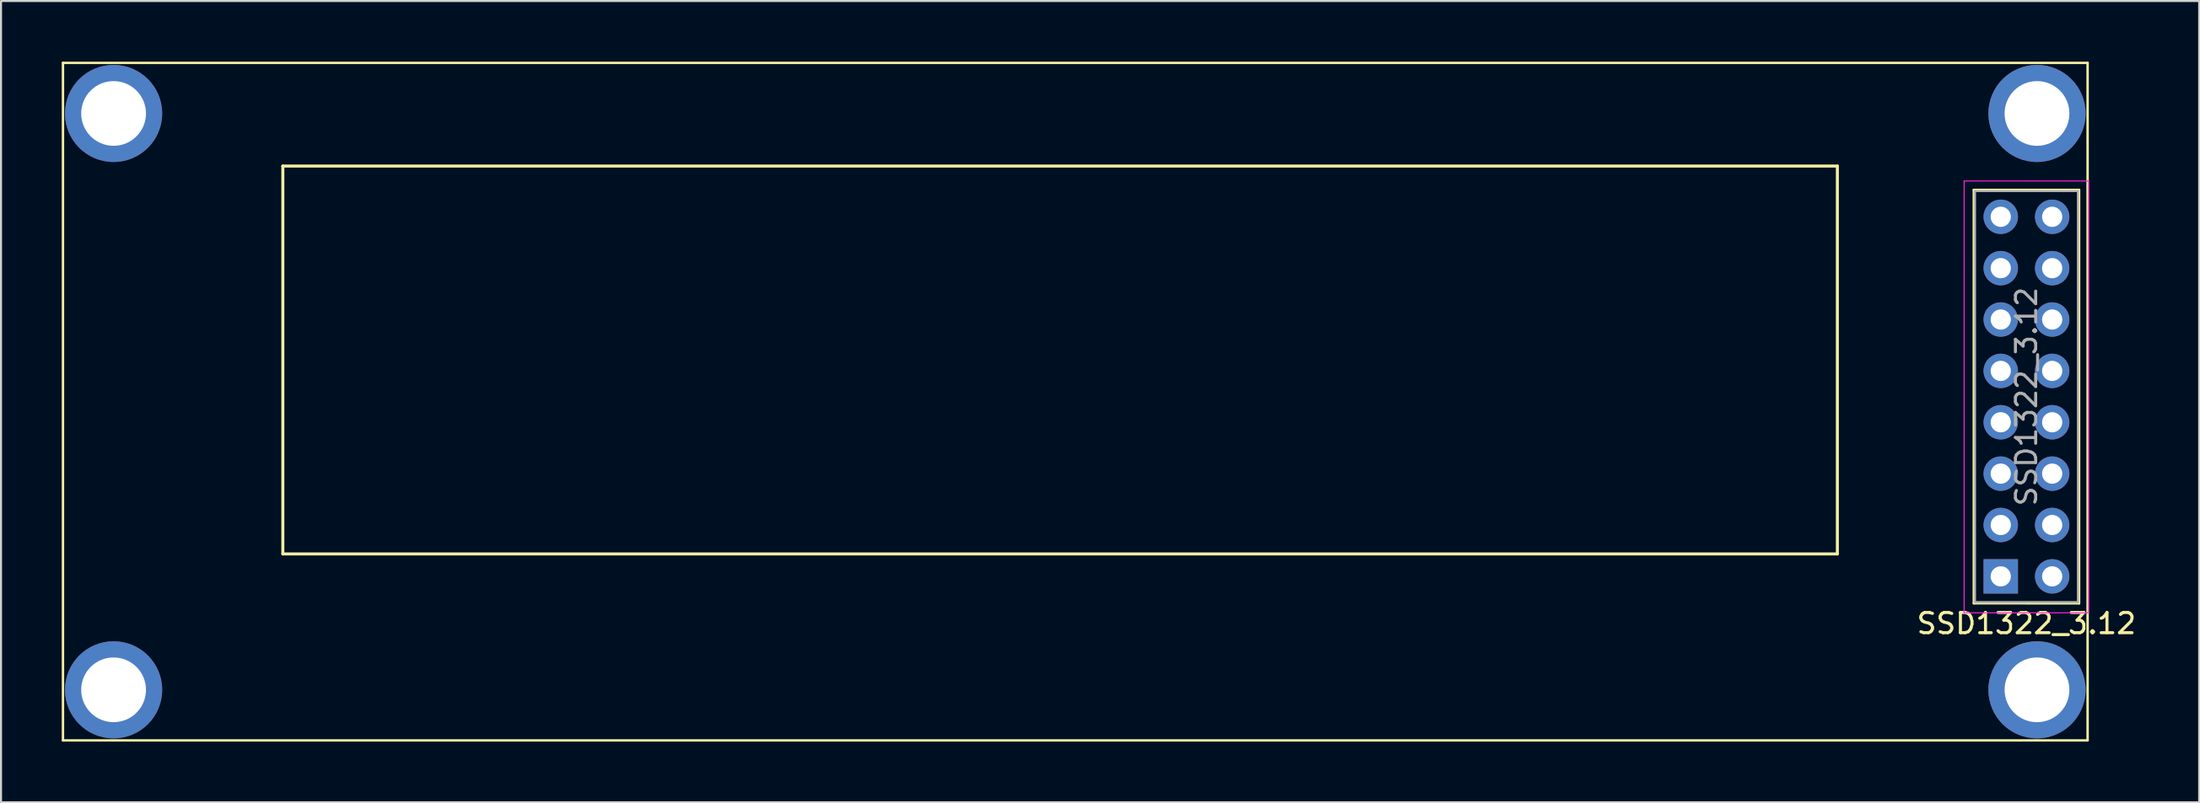
<source format=kicad_pcb>
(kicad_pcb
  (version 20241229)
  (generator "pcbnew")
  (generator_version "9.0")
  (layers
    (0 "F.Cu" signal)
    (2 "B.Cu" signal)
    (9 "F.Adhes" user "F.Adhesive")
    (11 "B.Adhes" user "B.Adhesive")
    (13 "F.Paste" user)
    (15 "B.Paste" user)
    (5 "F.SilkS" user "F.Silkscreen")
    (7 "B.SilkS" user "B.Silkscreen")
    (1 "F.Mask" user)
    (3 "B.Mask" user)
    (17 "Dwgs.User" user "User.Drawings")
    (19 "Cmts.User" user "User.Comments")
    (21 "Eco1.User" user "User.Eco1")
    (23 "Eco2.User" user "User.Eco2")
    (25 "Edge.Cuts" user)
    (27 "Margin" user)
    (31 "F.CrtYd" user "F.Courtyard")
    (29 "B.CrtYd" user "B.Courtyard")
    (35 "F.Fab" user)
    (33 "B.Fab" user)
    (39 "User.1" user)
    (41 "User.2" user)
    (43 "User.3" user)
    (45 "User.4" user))
  (footprint "SSD1322_3.12"
    (layer "F.Cu")
    (at 47.96 17.56)
    (property "Reference" "SSD1322_3.12" (at 49.08 10.22 180) (layer "F.SilkS") (effects (font (size 1 1) (thickness 0.15))))
    (attr through_hole)
    (fp_line (start -47.9 -17.5) (end -47.9 16) (stroke (width 0.12) (type solid)) (layer "F.SilkS"))
    (fp_line (start -47.9 16) (end 52.1 16) (stroke (width 0.12) (type solid)) (layer "F.SilkS"))
    (fp_line (start -37.04 -12.4) (end -37.04 6.78) (stroke (width 0.15) (type solid)) (layer "F.SilkS"))
    (fp_line (start -37.04 6.78) (end 39.74 6.78) (stroke (width 0.15) (type solid)) (layer "F.SilkS"))
    (fp_line (start 39.74 -12.4) (end -37.04 -12.4) (stroke (width 0.15) (type solid)) (layer "F.SilkS"))
    (fp_line (start 39.74 6.78) (end 39.74 -12.4) (stroke (width 0.15) (type solid)) (layer "F.SilkS"))
    (fp_line (start 46.48 9.22) (end 46.48 -11.22) (stroke (width 0.12) (type solid)) (layer "F.SilkS"))
    (fp_line (start 51.68 -11.22) (end 46.48 -11.22) (stroke (width 0.12) (type solid)) (layer "F.SilkS"))
    (fp_line (start 51.68 9.223) (end 46.48 9.22) (stroke (width 0.12) (type solid)) (layer "F.SilkS"))
    (fp_line (start 51.68 9.223) (end 51.68 -11.22) (stroke (width 0.12) (type solid)) (layer "F.SilkS"))
    (fp_line (start 52.1 -17.5) (end -47.9 -17.5) (stroke (width 0.12) (type solid)) (layer "F.SilkS"))
    (fp_line (start 52.1 16) (end 52.1 -17.5) (stroke (width 0.12) (type solid)) (layer "F.SilkS"))
    (fp_line (start 46 -11.66) (end 46 9.69) (stroke (width 0.05) (type solid)) (layer "F.CrtYd"))
    (fp_line (start 46 9.69) (end 52.15 9.69) (stroke (width 0.05) (type solid)) (layer "F.CrtYd"))
    (fp_line (start 52.15 -11.66) (end 46 -11.66) (stroke (width 0.05) (type solid)) (layer "F.CrtYd"))
    (fp_line (start 52.15 9.69) (end 52.15 -11.66) (stroke (width 0.05) (type solid)) (layer "F.CrtYd"))
    (fp_line (start 46.54 -11.16) (end 51.62 -11.16) (stroke (width 0.1) (type solid)) (layer "F.Fab"))
    (fp_line (start 46.54 9.16) (end 46.54 -11.16) (stroke (width 0.1) (type solid)) (layer "F.Fab"))
    (fp_line (start 51.62 -11.16) (end 51.62 9.16) (stroke (width 0.1) (type solid)) (layer "F.Fab"))
    (fp_line (start 51.62 9.16) (end 46.54 9.16) (stroke (width 0.1) (type solid)) (layer "F.Fab"))
    (fp_text user "${REFERENCE}" (at 49.08 -1 270) (layer "F.Fab") (effects (font (size 1 1) (thickness 0.15))))
    (pad "" thru_hole circle (at -45.4 -15) (size 4.8 4.8) (drill 3.2) (layers "*.Cu" "*.Mask"))
    (pad "" thru_hole circle (at -45.4 13.5) (size 4.8 4.8) (drill 3.2) (layers "*.Cu" "*.Mask"))
    (pad "" thru_hole circle (at 49.6 -15) (size 4.8 4.8) (drill 3.2) (layers "*.Cu" "*.Mask"))
    (pad "" thru_hole circle (at 49.6 13.5) (size 4.8 4.8) (drill 3.2) (layers "*.Cu" "*.Mask"))
    (pad "1" thru_hole rect (at 47.81 7.89 180) (size 1.7 1.7) (drill 1) (layers "*.Cu" "*.Mask"))
    (pad "2" thru_hole oval (at 50.35 7.89 180) (size 1.7 1.7) (drill 1) (layers "*.Cu" "*.Mask"))
    (pad "3" thru_hole oval (at 47.81 5.35 180) (size 1.7 1.7) (drill 1) (layers "*.Cu" "*.Mask"))
    (pad "4" thru_hole oval (at 50.35 5.35 180) (size 1.7 1.7) (drill 1) (layers "*.Cu" "*.Mask"))
    (pad "5" thru_hole oval (at 47.81 2.81 180) (size 1.7 1.7) (drill 1) (layers "*.Cu" "*.Mask"))
    (pad "6" thru_hole oval (at 50.35 2.81 180) (size 1.7 1.7) (drill 1) (layers "*.Cu" "*.Mask"))
    (pad "7" thru_hole oval (at 47.81 0.27 180) (size 1.7 1.7) (drill 1) (layers "*.Cu" "*.Mask"))
    (pad "8" thru_hole oval (at 50.35 0.27 180) (size 1.7 1.7) (drill 1) (layers "*.Cu" "*.Mask"))
    (pad "9" thru_hole oval (at 47.81 -2.27 180) (size 1.7 1.7) (drill 1) (layers "*.Cu" "*.Mask"))
    (pad "10" thru_hole oval (at 50.35 -2.27 180) (size 1.7 1.7) (drill 1) (layers "*.Cu" "*.Mask"))
    (pad "11" thru_hole oval (at 47.81 -4.81 180) (size 1.7 1.7) (drill 1) (layers "*.Cu" "*.Mask"))
    (pad "12" thru_hole oval (at 50.35 -4.81 180) (size 1.7 1.7) (drill 1) (layers "*.Cu" "*.Mask"))
    (pad "13" thru_hole oval (at 47.81 -7.35 180) (size 1.7 1.7) (drill 1) (layers "*.Cu" "*.Mask"))
    (pad "14" thru_hole oval (at 50.35 -7.35 180) (size 1.7 1.7) (drill 1) (layers "*.Cu" "*.Mask"))
    (pad "15" thru_hole oval (at 47.81 -9.89 180) (size 1.7 1.7) (drill 1) (layers "*.Cu" "*.Mask"))
    (pad "16" thru_hole oval (at 50.35 -9.89 180) (size 1.7 1.7) (drill 1) (layers "*.Cu" "*.Mask")))
  (gr_rect
    (start -3 -3)
    (end 105.57 36.62)
    (stroke (width 0.1) (type default))
    (fill no)
    (layer "Edge.Cuts")))
</source>
